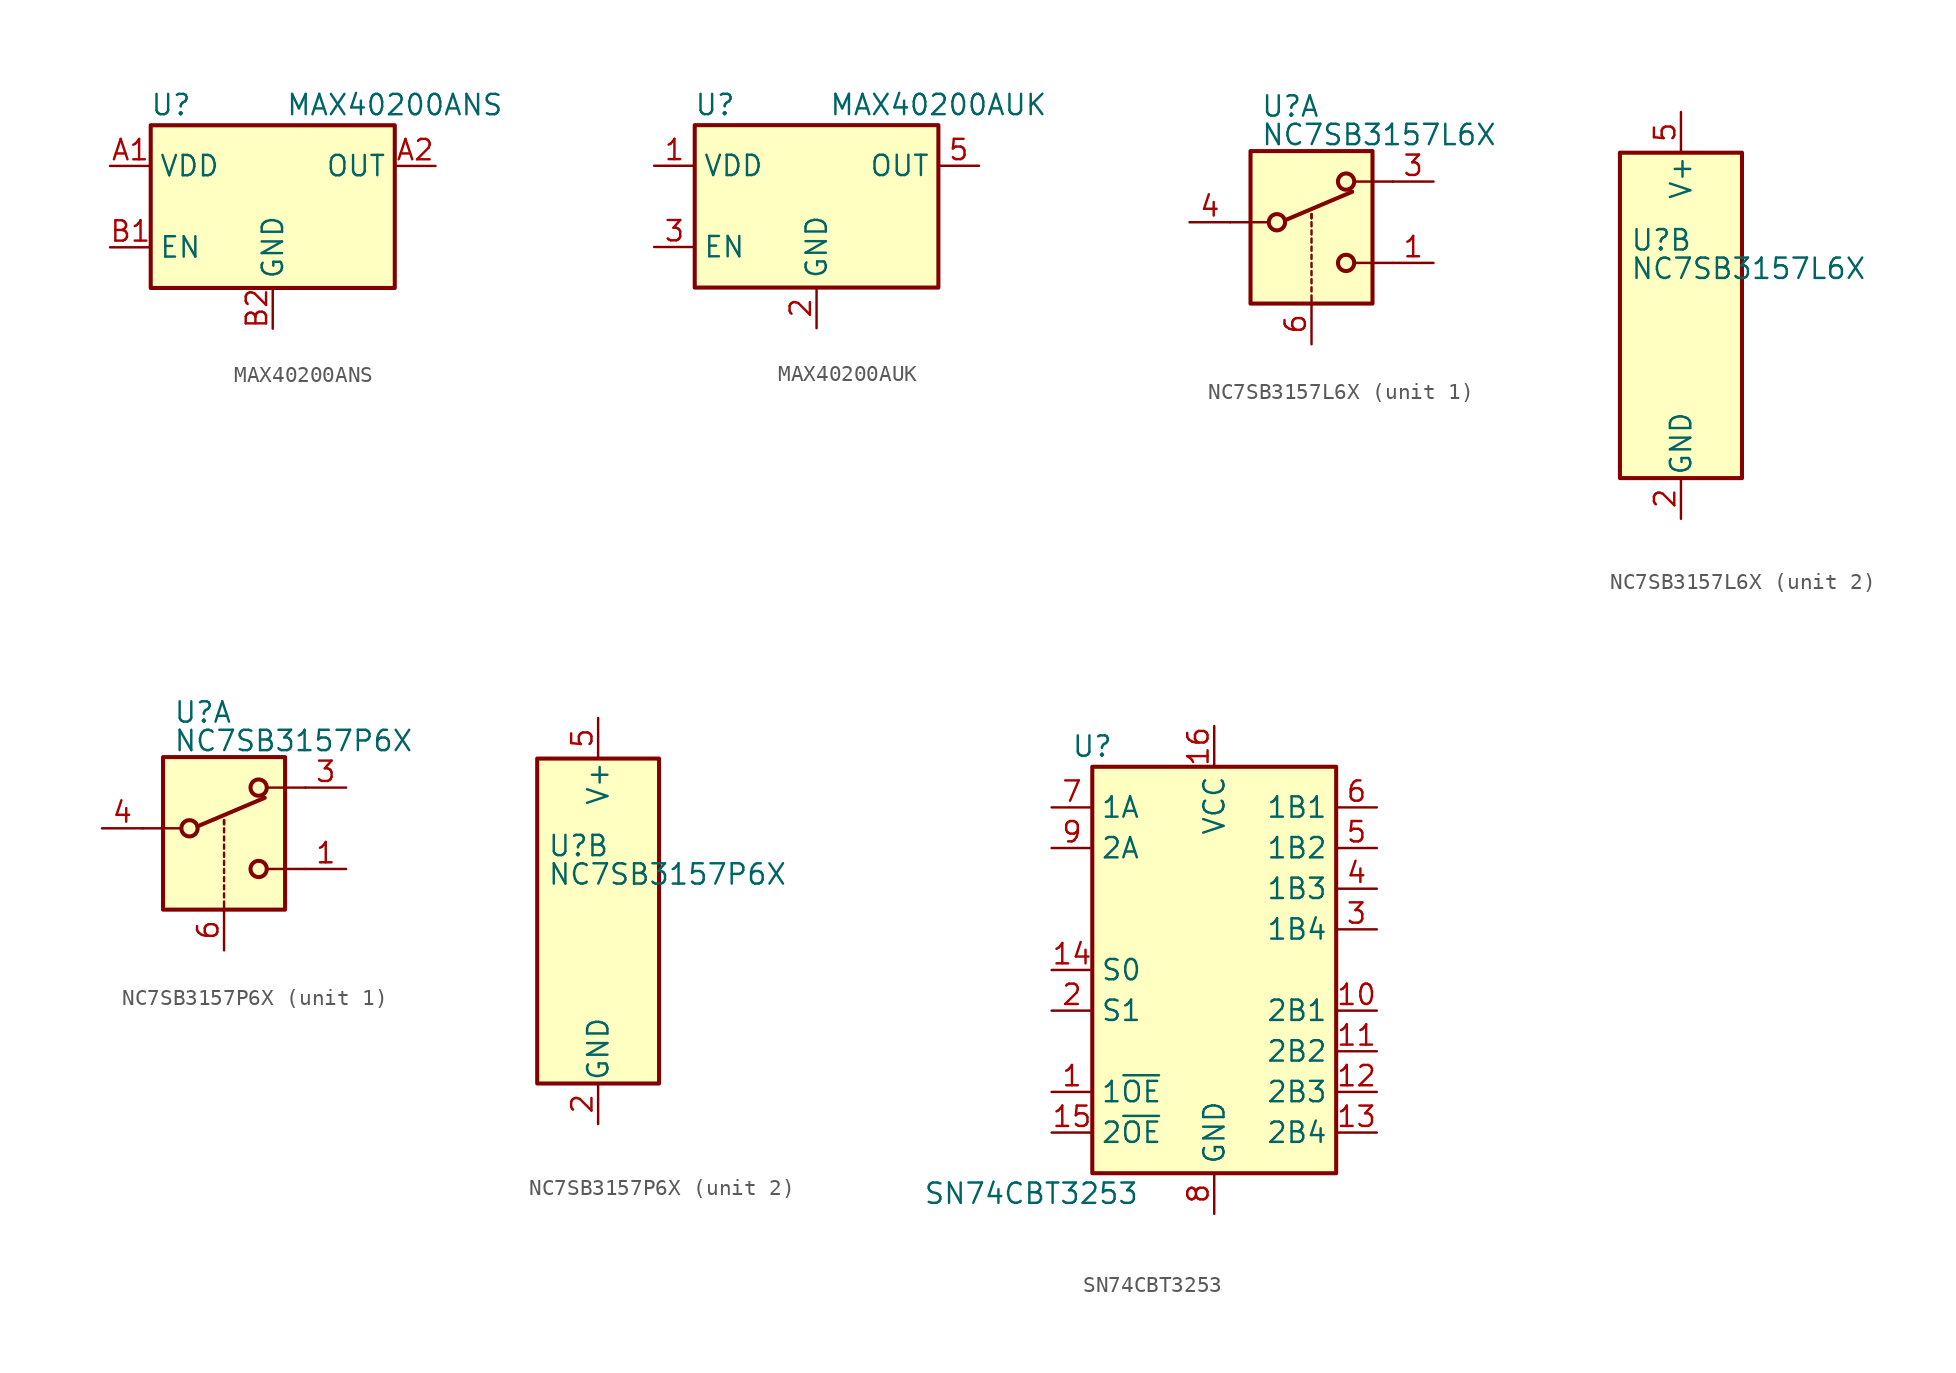
<source format=kicad_sym>
(kicad_symbol_lib
  (version 20201005)
  (generator kicad_symbol_editor)
  (symbol "Analog_Switch:MAX40200ANS"
    (property "Reference" "U"
      (at -6.35 6.35 0)
      (effects (font (size 1.27 1.27))))
    (property "Value" "MAX40200ANS"
      (at 7.62 6.35 0)
      (effects (font (size 1.27 1.27))))
    (symbol "MAX40200ANS_0_1"
      (rectangle (start -7.62 -5.08) (end 7.62 5.08) (stroke (width 0.254)) (fill (type background))))
    (symbol "MAX40200ANS_1_1"
      (pin power_in line (at -10.16 2.54 0) (length 2.54) (name "VDD" (effects (font (size 1.27 1.27)))) (number "A1" (effects (font (size 1.27 1.27)))))
      (pin passive line (at 10.16 2.54 180) (length 2.54) (name "OUT" (effects (font (size 1.27 1.27)))) (number "A2" (effects (font (size 1.27 1.27)))))
      (pin input line (at -10.16 -2.54 0) (length 2.54) (name "EN" (effects (font (size 1.27 1.27)))) (number "B1" (effects (font (size 1.27 1.27)))))
      (pin power_in line (at 0 -7.62 90) (length 2.54) (name "GND" (effects (font (size 1.27 1.27)))) (number "B2" (effects (font (size 1.27 1.27)))))))
  (symbol "Analog_Switch:MAX40200AUK"
    (property "Reference" "U"
      (at -6.35 6.35 0)
      (effects (font (size 1.27 1.27))))
    (property "Value" "MAX40200AUK"
      (at 7.62 6.35 0)
      (effects (font (size 1.27 1.27))))
    (symbol "MAX40200AUK_1_1"
      (rectangle (start -7.62 -5.08) (end 7.62 5.08) (stroke (width 0.254)) (fill (type background)))
      (pin power_in line (at -10.16 2.54 0) (length 2.54) (name "VDD" (effects (font (size 1.27 1.27)))) (number "1" (effects (font (size 1.27 1.27)))))
      (pin power_in line (at 0 -7.62 90) (length 2.54) (name "GND" (effects (font (size 1.27 1.27)))) (number "2" (effects (font (size 1.27 1.27)))))
      (pin input line (at -10.16 -2.54 0) (length 2.54) (name "EN" (effects (font (size 1.27 1.27)))) (number "3" (effects (font (size 1.27 1.27)))))
      (pin no_connect line (at 7.62 -2.54 180) (length 2.54) hide (name "NC" (effects (font (size 1.27 1.27)))) (number "4" (effects (font (size 1.27 1.27)))))
      (pin passive line (at 10.16 2.54 180) (length 2.54) (name "OUT" (effects (font (size 1.27 1.27)))) (number "5" (effects (font (size 1.27 1.27)))))))
  (symbol "Analog_Switch:NC7SB3157L6X"
    (pin_names
      (offset 0.127))
    (property "Reference" "U"
      (at -3.175 4.699 0)
      (effects (font (size 1.27 1.27)) (justify left)))
    (property "Value" "NC7SB3157L6X"
      (at -3.175 2.921 0)
      (effects (font (size 1.27 1.27)) (justify left)))
    (symbol "NC7SB3157L6X_1_1"
      (circle (center -2.159 -2.54) (radius 0.508) (stroke (width 0.254)) (fill (type none)))
      (circle (center 2.159 -5.08) (radius 0.508) (stroke (width 0.254)) (fill (type none)))
      (circle (center 2.159 0) (radius 0.508) (stroke (width 0.254)) (fill (type none)))
      (rectangle (start -3.81 1.905) (end 3.81 -7.62) (stroke (width 0.254)) (fill (type background)))
      (polyline (pts (xy -5.08 -2.54) (xy -2.794 -2.54)) (stroke (width 0)) (fill (type none)))
      (polyline (pts (xy -1.651 -2.413) (xy 2.54 -0.635)) (stroke (width 0.254)) (fill (type none)))
      (polyline (pts (xy 0 -7.62) (xy 0 -7.112)) (stroke (width 0)) (fill (type none)))
      (polyline (pts (xy 0 -6.858) (xy 0 -6.604)) (stroke (width 0)) (fill (type none)))
      (polyline (pts (xy 0 -6.35) (xy 0 -6.096)) (stroke (width 0)) (fill (type none)))
      (polyline (pts (xy 0 -5.842) (xy 0 -5.588)) (stroke (width 0)) (fill (type none)))
      (polyline (pts (xy 0 -5.334) (xy 0 -5.08)) (stroke (width 0)) (fill (type none)))
      (polyline (pts (xy 0 -4.826) (xy 0 -4.572)) (stroke (width 0)) (fill (type none)))
      (polyline (pts (xy 0 -4.318) (xy 0 -4.064)) (stroke (width 0)) (fill (type none)))
      (polyline (pts (xy 0 -3.81) (xy 0 -3.556)) (stroke (width 0)) (fill (type none)))
      (polyline (pts (xy 0 -3.302) (xy 0 -3.048)) (stroke (width 0)) (fill (type none)))
      (polyline (pts (xy 0 -2.794) (xy 0 -2.54)) (stroke (width 0)) (fill (type none)))
      (polyline (pts (xy 0 -2.286) (xy 0 -2.032)) (stroke (width 0)) (fill (type none)))
      (polyline (pts (xy 0 -2.286) (xy 0 -2.032)) (stroke (width 0)) (fill (type none)))
      (polyline (pts (xy 5.08 -5.08) (xy 2.794 -5.08)) (stroke (width 0)) (fill (type none)))
      (polyline (pts (xy 5.08 0) (xy 2.794 0)) (stroke (width 0)) (fill (type none)))
      (pin passive line (at 7.62 -5.08 180) (length 2.54) (name "~" (effects (font (size 1.27 1.27)))) (number "1" (effects (font (size 1.27 1.27)))))
      (pin passive line (at 7.62 0 180) (length 2.54) (name "~" (effects (font (size 1.27 1.27)))) (number "3" (effects (font (size 1.27 1.27)))))
      (pin passive line (at -7.62 -2.54 0) (length 2.54) (name "~" (effects (font (size 1.27 1.27)))) (number "4" (effects (font (size 1.27 1.27)))))
      (pin input line (at 0 -10.16 90) (length 2.54) (name "~" (effects (font (size 1.27 1.27)))) (number "6" (effects (font (size 1.27 1.27))))))
    (symbol "NC7SB3157L6X_2_0"
      (pin power_in line (at 0 -12.7 90) (length 2.54) (name "GND" (effects (font (size 1.27 1.27)))) (number "2" (effects (font (size 1.27 1.27)))))
      (pin power_in line (at 0 12.7 270) (length 2.54) (name "V+" (effects (font (size 1.27 1.27)))) (number "5" (effects (font (size 1.27 1.27))))))
    (symbol "NC7SB3157L6X_2_1"
      (rectangle (start -3.81 10.16) (end 3.81 -10.16) (stroke (width 0.254)) (fill (type background)))))
  (symbol "Analog_Switch:NC7SB3157P6X"
    (pin_names
      (offset 0.127))
    (property "Reference" "U"
      (at -3.175 4.699 0)
      (effects (font (size 1.27 1.27)) (justify left)))
    (property "Value" "NC7SB3157P6X"
      (at -3.175 2.921 0)
      (effects (font (size 1.27 1.27)) (justify left)))
    (symbol "NC7SB3157P6X_1_1"
      (circle (center -2.159 -2.54) (radius 0.508) (stroke (width 0.254)) (fill (type none)))
      (circle (center 2.159 -5.08) (radius 0.508) (stroke (width 0.254)) (fill (type none)))
      (circle (center 2.159 0) (radius 0.508) (stroke (width 0.254)) (fill (type none)))
      (rectangle (start -3.81 1.905) (end 3.81 -7.62) (stroke (width 0.254)) (fill (type background)))
      (polyline (pts (xy -5.08 -2.54) (xy -2.794 -2.54)) (stroke (width 0)) (fill (type none)))
      (polyline (pts (xy -1.651 -2.413) (xy 2.54 -0.635)) (stroke (width 0.254)) (fill (type none)))
      (polyline (pts (xy 0 -7.62) (xy 0 -7.112)) (stroke (width 0)) (fill (type none)))
      (polyline (pts (xy 0 -6.858) (xy 0 -6.604)) (stroke (width 0)) (fill (type none)))
      (polyline (pts (xy 0 -6.35) (xy 0 -6.096)) (stroke (width 0)) (fill (type none)))
      (polyline (pts (xy 0 -5.842) (xy 0 -5.588)) (stroke (width 0)) (fill (type none)))
      (polyline (pts (xy 0 -5.334) (xy 0 -5.08)) (stroke (width 0)) (fill (type none)))
      (polyline (pts (xy 0 -4.826) (xy 0 -4.572)) (stroke (width 0)) (fill (type none)))
      (polyline (pts (xy 0 -4.318) (xy 0 -4.064)) (stroke (width 0)) (fill (type none)))
      (polyline (pts (xy 0 -3.81) (xy 0 -3.556)) (stroke (width 0)) (fill (type none)))
      (polyline (pts (xy 0 -3.302) (xy 0 -3.048)) (stroke (width 0)) (fill (type none)))
      (polyline (pts (xy 0 -2.794) (xy 0 -2.54)) (stroke (width 0)) (fill (type none)))
      (polyline (pts (xy 0 -2.286) (xy 0 -2.032)) (stroke (width 0)) (fill (type none)))
      (polyline (pts (xy 0 -2.286) (xy 0 -2.032)) (stroke (width 0)) (fill (type none)))
      (polyline (pts (xy 5.08 -5.08) (xy 2.794 -5.08)) (stroke (width 0)) (fill (type none)))
      (polyline (pts (xy 5.08 0) (xy 2.794 0)) (stroke (width 0)) (fill (type none)))
      (pin passive line (at 7.62 -5.08 180) (length 2.54) (name "~" (effects (font (size 1.27 1.27)))) (number "1" (effects (font (size 1.27 1.27)))))
      (pin passive line (at 7.62 0 180) (length 2.54) (name "~" (effects (font (size 1.27 1.27)))) (number "3" (effects (font (size 1.27 1.27)))))
      (pin passive line (at -7.62 -2.54 0) (length 2.54) (name "~" (effects (font (size 1.27 1.27)))) (number "4" (effects (font (size 1.27 1.27)))))
      (pin input line (at 0 -10.16 90) (length 2.54) (name "~" (effects (font (size 1.27 1.27)))) (number "6" (effects (font (size 1.27 1.27))))))
    (symbol "NC7SB3157P6X_2_0"
      (pin power_in line (at 0 -12.7 90) (length 2.54) (name "GND" (effects (font (size 1.27 1.27)))) (number "2" (effects (font (size 1.27 1.27)))))
      (pin power_in line (at 0 12.7 270) (length 2.54) (name "V+" (effects (font (size 1.27 1.27)))) (number "5" (effects (font (size 1.27 1.27))))))
    (symbol "NC7SB3157P6X_2_1"
      (rectangle (start -3.81 10.16) (end 3.81 -10.16) (stroke (width 0.254)) (fill (type background)))))
  (symbol "Analog_Switch:SN74CBT3253"
    (property "Reference" "U"
      (at -7.62 13.97 0)
      (effects (font (size 1.27 1.27))))
    (property "Value" "SN74CBT3253"
      (at -11.43 -13.97 0)
      (effects (font (size 1.27 1.27))))
    (symbol "SN74CBT3253_0_1"
      (rectangle (start -7.62 12.7) (end 7.62 -12.7) (stroke (width 0.254)) (fill (type background)))
      (rectangle (start 7.62 -12.7) (end 7.62 -12.7) (stroke (width 0)) (fill (type none))))
    (symbol "SN74CBT3253_1_1"
      (pin input line (at -10.16 -7.62 0) (length 2.54) (name "1~OE" (effects (font (size 1.27 1.27)))) (number "1" (effects (font (size 1.27 1.27)))))
      (pin bidirectional line (at 10.16 -2.54 180) (length 2.54) (name "2B1" (effects (font (size 1.27 1.27)))) (number "10" (effects (font (size 1.27 1.27)))))
      (pin bidirectional line (at 10.16 -5.08 180) (length 2.54) (name "2B2" (effects (font (size 1.27 1.27)))) (number "11" (effects (font (size 1.27 1.27)))))
      (pin bidirectional line (at 10.16 -7.62 180) (length 2.54) (name "2B3" (effects (font (size 1.27 1.27)))) (number "12" (effects (font (size 1.27 1.27)))))
      (pin bidirectional line (at 10.16 -10.16 180) (length 2.54) (name "2B4" (effects (font (size 1.27 1.27)))) (number "13" (effects (font (size 1.27 1.27)))))
      (pin input line (at -10.16 0 0) (length 2.54) (name "S0" (effects (font (size 1.27 1.27)))) (number "14" (effects (font (size 1.27 1.27)))))
      (pin input line (at -10.16 -10.16 0) (length 2.54) (name "2~OE" (effects (font (size 1.27 1.27)))) (number "15" (effects (font (size 1.27 1.27)))))
      (pin power_in line (at 0 15.24 270) (length 2.54) (name "VCC" (effects (font (size 1.27 1.27)))) (number "16" (effects (font (size 1.27 1.27)))))
      (pin input line (at -10.16 -2.54 0) (length 2.54) (name "S1" (effects (font (size 1.27 1.27)))) (number "2" (effects (font (size 1.27 1.27)))))
      (pin bidirectional line (at 10.16 2.54 180) (length 2.54) (name "1B4" (effects (font (size 1.27 1.27)))) (number "3" (effects (font (size 1.27 1.27)))))
      (pin bidirectional line (at 10.16 5.08 180) (length 2.54) (name "1B3" (effects (font (size 1.27 1.27)))) (number "4" (effects (font (size 1.27 1.27)))))
      (pin bidirectional line (at 10.16 7.62 180) (length 2.54) (name "1B2" (effects (font (size 1.27 1.27)))) (number "5" (effects (font (size 1.27 1.27)))))
      (pin bidirectional line (at 10.16 10.16 180) (length 2.54) (name "1B1" (effects (font (size 1.27 1.27)))) (number "6" (effects (font (size 1.27 1.27)))))
      (pin bidirectional line (at -10.16 10.16 0) (length 2.54) (name "1A" (effects (font (size 1.27 1.27)))) (number "7" (effects (font (size 1.27 1.27)))))
      (pin power_in line (at 0 -15.24 90) (length 2.54) (name "GND" (effects (font (size 1.27 1.27)))) (number "8" (effects (font (size 1.27 1.27)))))
      (pin bidirectional line (at -10.16 7.62 0) (length 2.54) (name "2A" (effects (font (size 1.27 1.27)))) (number "9" (effects (font (size 1.27 1.27))))))))
</source>
